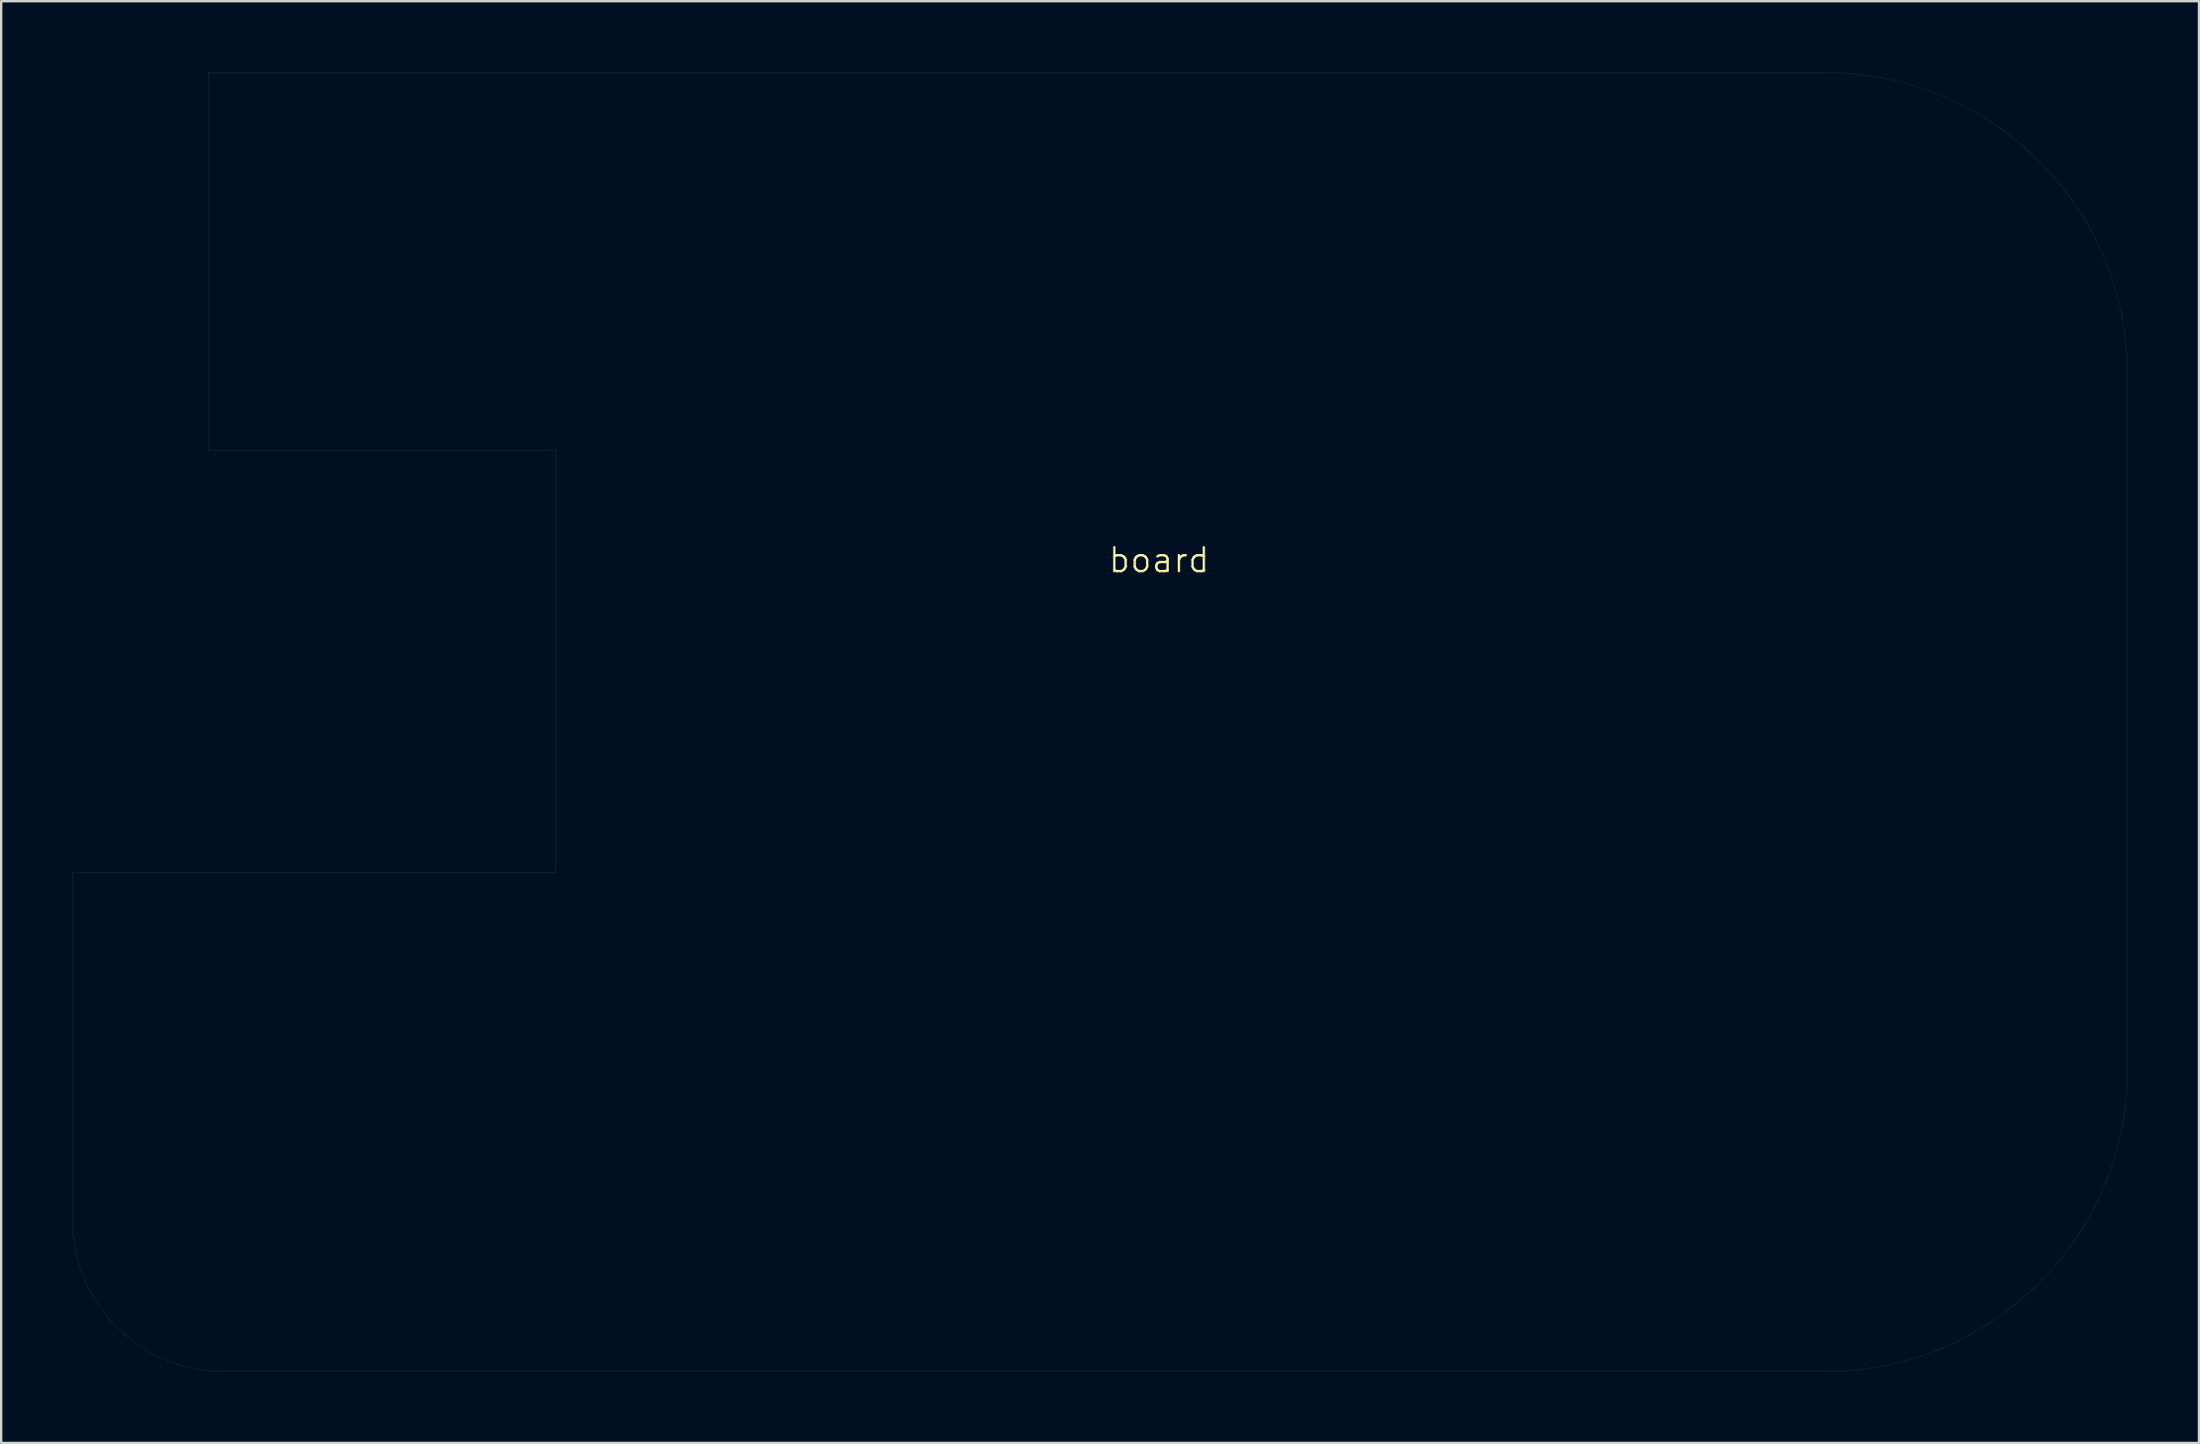
<source format=kicad_pcb>
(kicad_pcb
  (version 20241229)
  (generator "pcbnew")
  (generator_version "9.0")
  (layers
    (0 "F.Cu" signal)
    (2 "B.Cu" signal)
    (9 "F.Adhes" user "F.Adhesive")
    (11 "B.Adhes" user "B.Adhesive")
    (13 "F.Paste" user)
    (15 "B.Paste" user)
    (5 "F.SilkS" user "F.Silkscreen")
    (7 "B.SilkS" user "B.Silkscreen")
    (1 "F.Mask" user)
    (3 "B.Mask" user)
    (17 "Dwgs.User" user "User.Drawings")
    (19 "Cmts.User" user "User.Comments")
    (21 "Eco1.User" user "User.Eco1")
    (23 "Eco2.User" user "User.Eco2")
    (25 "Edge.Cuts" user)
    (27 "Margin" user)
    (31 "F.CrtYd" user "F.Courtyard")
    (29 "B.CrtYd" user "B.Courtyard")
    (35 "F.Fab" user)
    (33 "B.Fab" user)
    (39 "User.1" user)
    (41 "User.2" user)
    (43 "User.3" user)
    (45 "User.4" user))
  (footprint "board"
    (layer "F.Cu")
    (at 43.181 27.306)
    (property "Reference" "board" (at 2.48 -6.805 0) (unlocked yes) (layer "F.SilkS") (effects (font (size 1 1) (thickness 0.1))))
    (attr smd)
    (fp_line (start -43.18 6.35) (end -43.18 20.955) (stroke (width 0.003) (type solid)) (layer "Edge.Cuts"))
    (fp_line (start -37.465 -27.305) (end -37.465 -11.43) (stroke (width 0.003) (type solid)) (layer "Edge.Cuts"))
    (fp_line (start -37.465 -11.43) (end -22.86 -11.43) (stroke (width 0.003) (type solid)) (layer "Edge.Cuts"))
    (fp_line (start -36.83 27.305) (end 30.48 27.305) (stroke (width 0.003) (type solid)) (layer "Edge.Cuts"))
    (fp_line (start -22.86 -11.43) (end -22.86 6.35) (stroke (width 0.003) (type solid)) (layer "Edge.Cuts"))
    (fp_line (start -22.86 6.35) (end -43.18 6.35) (stroke (width 0.003) (type solid)) (layer "Edge.Cuts"))
    (fp_line (start 30.48 -27.305) (end -37.465 -27.305) (stroke (width 0.003) (type solid)) (layer "Edge.Cuts"))
    (fp_line (start 43.18 14.605) (end 43.18 -14.605) (stroke (width 0.003) (type solid)) (layer "Edge.Cuts"))
    (fp_arc (start -36.83 27.305) (mid -41.320128 25.445128) (end -43.18 20.955) (stroke (width 0.00254) (type solid)) (layer "Edge.Cuts"))
    (fp_arc (start 30.48 -27.305) (mid 39.460256 -23.585256) (end 43.18 -14.605) (stroke (width 0.00254) (type solid)) (layer "Edge.Cuts"))
    (fp_arc (start 43.18 14.605) (mid 39.460256 23.585256) (end 30.48 27.305) (stroke (width 0.00254) (type solid)) (layer "Edge.Cuts")))
  (gr_rect
    (start -3 -3)
    (end 89.363 57.613)
    (stroke (width 0.1) (type default))
    (fill no)
    (layer "Edge.Cuts")))
</source>
